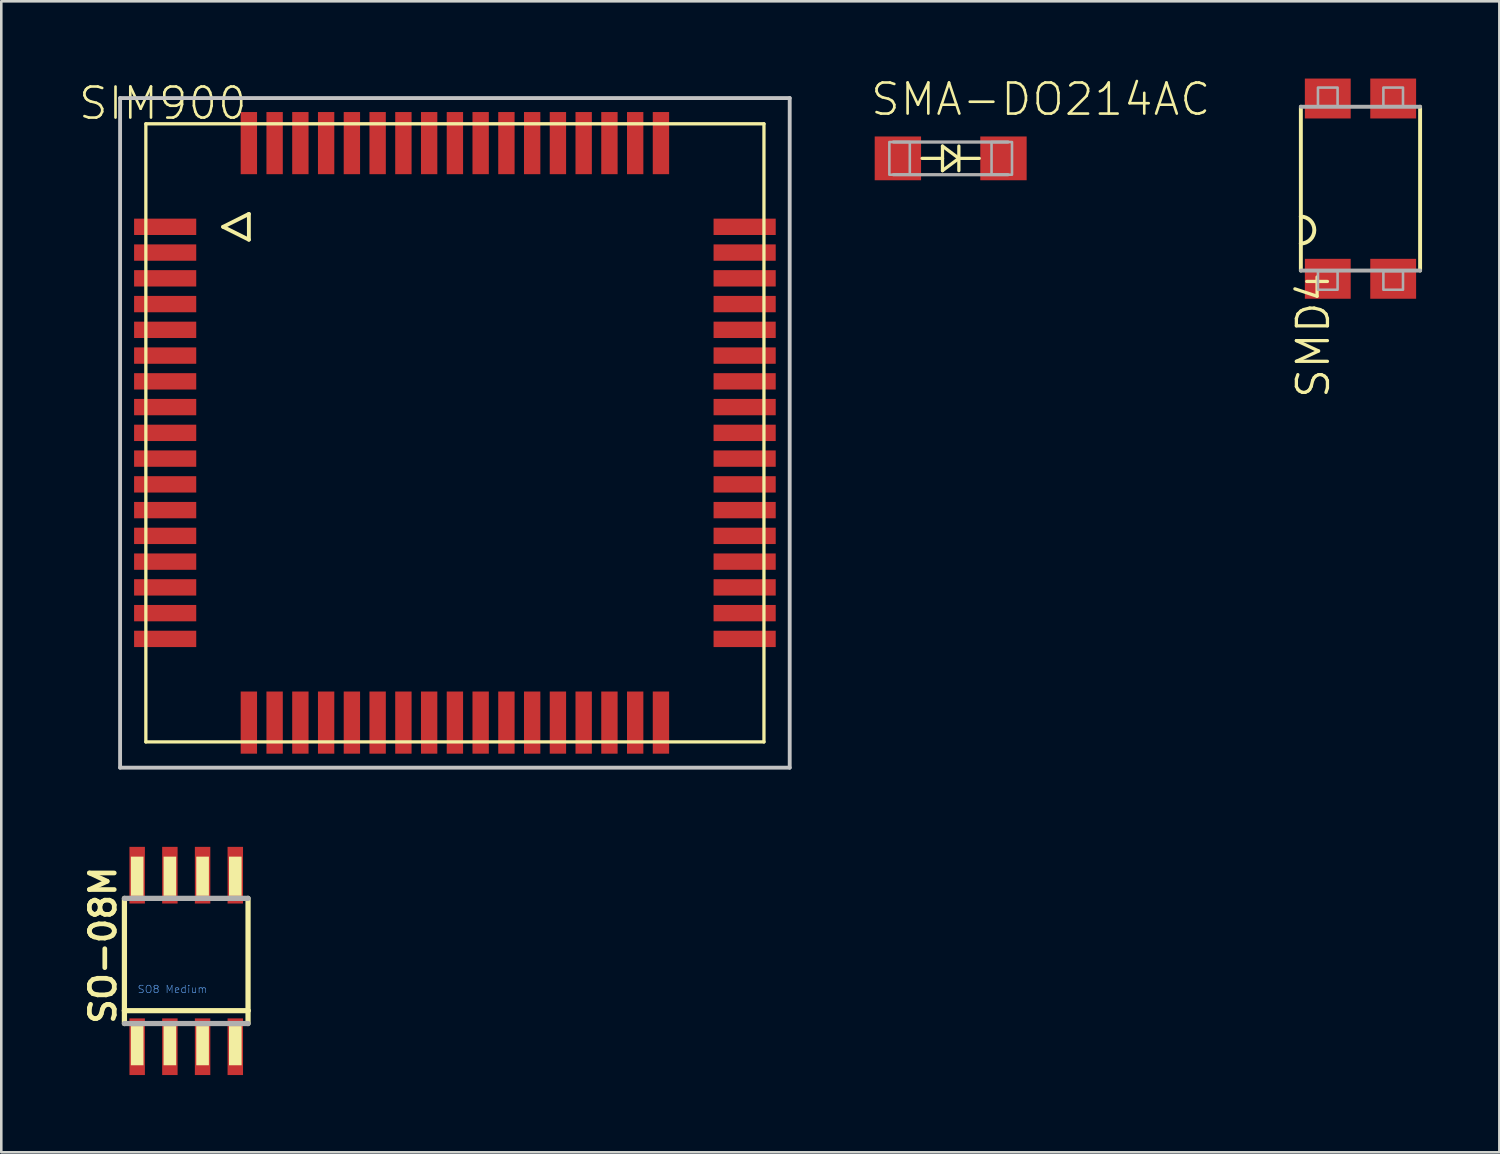
<source format=kicad_pcb>
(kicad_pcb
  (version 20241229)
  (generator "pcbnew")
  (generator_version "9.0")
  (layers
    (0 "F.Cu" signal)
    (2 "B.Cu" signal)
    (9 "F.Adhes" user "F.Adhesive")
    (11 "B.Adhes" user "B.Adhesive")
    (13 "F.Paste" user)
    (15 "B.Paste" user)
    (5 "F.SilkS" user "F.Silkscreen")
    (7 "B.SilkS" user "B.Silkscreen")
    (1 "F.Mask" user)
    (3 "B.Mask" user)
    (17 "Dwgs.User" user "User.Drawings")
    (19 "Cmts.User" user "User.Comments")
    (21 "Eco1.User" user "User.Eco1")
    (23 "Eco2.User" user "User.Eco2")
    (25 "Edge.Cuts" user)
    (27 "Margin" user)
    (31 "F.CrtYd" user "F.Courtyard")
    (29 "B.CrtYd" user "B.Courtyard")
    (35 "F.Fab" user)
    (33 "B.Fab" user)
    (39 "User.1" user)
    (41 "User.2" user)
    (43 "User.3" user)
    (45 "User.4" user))
  (footprint "SMA-DO214AC"
    (layer "F.Cu")
    (at 33.863 3.099)
    (property "Reference" "SMA-DO214AC" (at -3.175 -1.587 0) (layer "F.SilkS") (effects (font (size 1.206 1.206) (thickness 0.102)) (justify left bottom)))
    (attr through_hole)
    (fp_line (start -0.318 -0.476) (end -0.318 0) (stroke (width 0.127) (type solid)) (layer "F.SilkS"))
    (fp_line (start -0.318 0) (end -1.111 0) (stroke (width 0.127) (type solid)) (layer "F.SilkS"))
    (fp_line (start -0.318 0) (end -0.318 0.476) (stroke (width 0.127) (type solid)) (layer "F.SilkS"))
    (fp_line (start -0.318 0.476) (end 0.318 0) (stroke (width 0.127) (type solid)) (layer "F.SilkS"))
    (fp_line (start 0.318 0) (end -0.318 -0.476) (stroke (width 0.127) (type solid)) (layer "F.SilkS"))
    (fp_line (start 0.318 0) (end 0.318 -0.476) (stroke (width 0.127) (type solid)) (layer "F.SilkS"))
    (fp_line (start 0.318 0) (end 0.318 0.476) (stroke (width 0.127) (type solid)) (layer "F.SilkS"))
    (fp_line (start 0.318 0) (end 1.111 0) (stroke (width 0.127) (type solid)) (layer "F.SilkS"))
    (fp_line (start -2.223 -0.635) (end 2.223 -0.635) (stroke (width 0.127) (type solid)) (layer "F.Fab"))
    (fp_line (start -2.223 0.635) (end 2.223 0.635) (stroke (width 0.127) (type solid)) (layer "F.Fab"))
    (fp_poly (pts (xy -2.381 0.635) (xy -1.587 0.635) (xy -1.587 -0.635) (xy -2.381 -0.635)) (stroke (width 0.1) (type solid)) (fill no) (layer "F.Fab"))
    (fp_poly (pts (xy 1.587 0.635) (xy 2.381 0.635) (xy 2.381 -0.635) (xy 1.587 -0.635)) (stroke (width 0.1) (type solid)) (fill no) (layer "F.Fab"))
    (pad "A" smd rect (at -2.05 0) (size 1.8 1.7) (layers "F.Cu" "F.Mask" "F.Paste"))
    (pad "K" smd rect (at 2.05 0) (size 1.8 1.7) (layers "F.Cu" "F.Mask" "F.Paste")))
  (footprint "SIM900"
    (layer "F.Cu")
    (at 14.613 13.757)
    (property "Reference" "SIM900" (at -8 -13.5 0) (layer "F.SilkS") (effects (font (size 1.206 1.206) (thickness 0.102)) (justify right top)))
    (attr through_hole)
    (fp_line (start -12 -12) (end -12 12) (stroke (width 0.127) (type solid)) (layer "F.SilkS"))
    (fp_line (start -12 12) (end 12 12) (stroke (width 0.127) (type solid)) (layer "F.SilkS"))
    (fp_line (start -9 -8) (end -8 -8.5) (stroke (width 0.15) (type solid)) (layer "F.SilkS"))
    (fp_line (start -8 -8.5) (end -8 -7.5) (stroke (width 0.15) (type solid)) (layer "F.SilkS"))
    (fp_line (start -8 -7.5) (end -9 -8) (stroke (width 0.15) (type solid)) (layer "F.SilkS"))
    (fp_line (start 12 -12) (end -12 -12) (stroke (width 0.127) (type solid)) (layer "F.SilkS"))
    (fp_line (start 12 12) (end 12 -12) (stroke (width 0.127) (type solid)) (layer "F.SilkS"))
    (fp_line (start -13 -13) (end 13 -13) (stroke (width 0.15) (type solid)) (layer "Dwgs.User"))
    (fp_line (start -13 13) (end -13 -13) (stroke (width 0.15) (type solid)) (layer "Dwgs.User"))
    (fp_line (start 13 -13) (end 13 13) (stroke (width 0.15) (type solid)) (layer "Dwgs.User"))
    (fp_line (start 13 13) (end -13 13) (stroke (width 0.15) (type solid)) (layer "Dwgs.User"))
    (pad "1" smd rect (at -11.25 -8) (size 2.413 0.635) (layers "F.Cu" "F.Mask" "F.Paste"))
    (pad "2" smd rect (at -11.25 -7) (size 2.413 0.635) (layers "F.Cu" "F.Mask" "F.Paste"))
    (pad "3" smd rect (at -11.25 -6) (size 2.413 0.635) (layers "F.Cu" "F.Mask" "F.Paste"))
    (pad "4" smd rect (at -11.25 -5) (size 2.413 0.635) (layers "F.Cu" "F.Mask" "F.Paste"))
    (pad "5" smd rect (at -11.25 -4) (size 2.413 0.635) (layers "F.Cu" "F.Mask" "F.Paste"))
    (pad "6" smd rect (at -11.25 -3) (size 2.413 0.635) (layers "F.Cu" "F.Mask" "F.Paste"))
    (pad "7" smd rect (at -11.25 -2) (size 2.413 0.635) (layers "F.Cu" "F.Mask" "F.Paste"))
    (pad "8" smd rect (at -11.25 -1) (size 2.413 0.635) (layers "F.Cu" "F.Mask" "F.Paste"))
    (pad "9" smd rect (at -11.25 0) (size 2.413 0.635) (layers "F.Cu" "F.Mask" "F.Paste"))
    (pad "10" smd rect (at -11.25 1) (size 2.413 0.635) (layers "F.Cu" "F.Mask" "F.Paste"))
    (pad "11" smd rect (at -11.25 2) (size 2.413 0.635) (layers "F.Cu" "F.Mask" "F.Paste"))
    (pad "12" smd rect (at -11.25 3) (size 2.413 0.635) (layers "F.Cu" "F.Mask" "F.Paste"))
    (pad "13" smd rect (at -11.25 4) (size 2.413 0.635) (layers "F.Cu" "F.Mask" "F.Paste"))
    (pad "14" smd rect (at -11.25 5) (size 2.413 0.635) (layers "F.Cu" "F.Mask" "F.Paste"))
    (pad "15" smd rect (at -11.25 6) (size 2.413 0.635) (layers "F.Cu" "F.Mask" "F.Paste"))
    (pad "16" smd rect (at -11.25 7) (size 2.413 0.635) (layers "F.Cu" "F.Mask" "F.Paste"))
    (pad "17" smd rect (at -11.25 8) (size 2.413 0.635) (layers "F.Cu" "F.Mask" "F.Paste"))
    (pad "18" smd rect (at -8 11.25 90) (size 2.413 0.635) (layers "F.Cu" "F.Mask" "F.Paste"))
    (pad "19" smd rect (at -7 11.25 90) (size 2.413 0.635) (layers "F.Cu" "F.Mask" "F.Paste"))
    (pad "20" smd rect (at -6 11.25 90) (size 2.413 0.635) (layers "F.Cu" "F.Mask" "F.Paste"))
    (pad "21" smd rect (at -5 11.25 90) (size 2.413 0.635) (layers "F.Cu" "F.Mask" "F.Paste"))
    (pad "22" smd rect (at -4 11.25 90) (size 2.413 0.635) (layers "F.Cu" "F.Mask" "F.Paste"))
    (pad "23" smd rect (at -3 11.25 90) (size 2.413 0.635) (layers "F.Cu" "F.Mask" "F.Paste"))
    (pad "24" smd rect (at -2 11.25 90) (size 2.413 0.635) (layers "F.Cu" "F.Mask" "F.Paste"))
    (pad "25" smd rect (at -1 11.25 90) (size 2.413 0.635) (layers "F.Cu" "F.Mask" "F.Paste"))
    (pad "26" smd rect (at 0 11.25 90) (size 2.413 0.635) (layers "F.Cu" "F.Mask" "F.Paste"))
    (pad "27" smd rect (at 1 11.25 90) (size 2.413 0.635) (layers "F.Cu" "F.Mask" "F.Paste"))
    (pad "28" smd rect (at 2 11.25 90) (size 2.413 0.635) (layers "F.Cu" "F.Mask" "F.Paste"))
    (pad "29" smd rect (at 3 11.25 90) (size 2.413 0.635) (layers "F.Cu" "F.Mask" "F.Paste"))
    (pad "30" smd rect (at 4 11.25 90) (size 2.413 0.635) (layers "F.Cu" "F.Mask" "F.Paste"))
    (pad "31" smd rect (at 5 11.25 90) (size 2.413 0.635) (layers "F.Cu" "F.Mask" "F.Paste"))
    (pad "32" smd rect (at 6 11.25 90) (size 2.413 0.635) (layers "F.Cu" "F.Mask" "F.Paste"))
    (pad "33" smd rect (at 7 11.25 90) (size 2.413 0.635) (layers "F.Cu" "F.Mask" "F.Paste"))
    (pad "34" smd rect (at 8 11.25 90) (size 2.413 0.635) (layers "F.Cu" "F.Mask" "F.Paste"))
    (pad "35" smd rect (at 11.25 8 180) (size 2.413 0.635) (layers "F.Cu" "F.Mask" "F.Paste"))
    (pad "36" smd rect (at 11.25 7 180) (size 2.413 0.635) (layers "F.Cu" "F.Mask" "F.Paste"))
    (pad "37" smd rect (at 11.25 6 180) (size 2.413 0.635) (layers "F.Cu" "F.Mask" "F.Paste"))
    (pad "38" smd rect (at 11.25 5 180) (size 2.413 0.635) (layers "F.Cu" "F.Mask" "F.Paste"))
    (pad "39" smd rect (at 11.25 4 180) (size 2.413 0.635) (layers "F.Cu" "F.Mask" "F.Paste"))
    (pad "40" smd rect (at 11.25 3 180) (size 2.413 0.635) (layers "F.Cu" "F.Mask" "F.Paste"))
    (pad "41" smd rect (at 11.25 2 180) (size 2.413 0.635) (layers "F.Cu" "F.Mask" "F.Paste"))
    (pad "42" smd rect (at 11.25 1 180) (size 2.413 0.635) (layers "F.Cu" "F.Mask" "F.Paste"))
    (pad "43" smd rect (at 11.25 0 180) (size 2.413 0.635) (layers "F.Cu" "F.Mask" "F.Paste"))
    (pad "44" smd rect (at 11.25 -1 180) (size 2.413 0.635) (layers "F.Cu" "F.Mask" "F.Paste"))
    (pad "45" smd rect (at 11.25 -2 180) (size 2.413 0.635) (layers "F.Cu" "F.Mask" "F.Paste"))
    (pad "46" smd rect (at 11.25 -3 180) (size 2.413 0.635) (layers "F.Cu" "F.Mask" "F.Paste"))
    (pad "47" smd rect (at 11.25 -4 180) (size 2.413 0.635) (layers "F.Cu" "F.Mask" "F.Paste"))
    (pad "48" smd rect (at 11.25 -5 180) (size 2.413 0.635) (layers "F.Cu" "F.Mask" "F.Paste"))
    (pad "49" smd rect (at 11.25 -6 180) (size 2.413 0.635) (layers "F.Cu" "F.Mask" "F.Paste"))
    (pad "50" smd rect (at 11.25 -7 180) (size 2.413 0.635) (layers "F.Cu" "F.Mask" "F.Paste"))
    (pad "51" smd rect (at 11.25 -8 180) (size 2.413 0.635) (layers "F.Cu" "F.Mask" "F.Paste"))
    (pad "52" smd rect (at 8 -11.25 270) (size 2.413 0.635) (layers "F.Cu" "F.Mask" "F.Paste"))
    (pad "53" smd rect (at 7 -11.25 270) (size 2.413 0.635) (layers "F.Cu" "F.Mask" "F.Paste"))
    (pad "54" smd rect (at 6 -11.25 270) (size 2.413 0.635) (layers "F.Cu" "F.Mask" "F.Paste"))
    (pad "55" smd rect (at 5 -11.25 270) (size 2.413 0.635) (layers "F.Cu" "F.Mask" "F.Paste"))
    (pad "56" smd rect (at 4 -11.25 270) (size 2.413 0.635) (layers "F.Cu" "F.Mask" "F.Paste"))
    (pad "57" smd rect (at 3 -11.25 270) (size 2.413 0.635) (layers "F.Cu" "F.Mask" "F.Paste"))
    (pad "58" smd rect (at 2 -11.25 270) (size 2.413 0.635) (layers "F.Cu" "F.Mask" "F.Paste"))
    (pad "59" smd rect (at 1 -11.25 270) (size 2.413 0.635) (layers "F.Cu" "F.Mask" "F.Paste"))
    (pad "60" smd rect (at 0 -11.25 270) (size 2.413 0.635) (layers "F.Cu" "F.Mask" "F.Paste"))
    (pad "61" smd rect (at -1 -11.25 270) (size 2.413 0.635) (layers "F.Cu" "F.Mask" "F.Paste"))
    (pad "62" smd rect (at -2 -11.25 270) (size 2.413 0.635) (layers "F.Cu" "F.Mask" "F.Paste"))
    (pad "63" smd rect (at -3 -11.25 270) (size 2.413 0.635) (layers "F.Cu" "F.Mask" "F.Paste"))
    (pad "64" smd rect (at -4 -11.25 270) (size 2.413 0.635) (layers "F.Cu" "F.Mask" "F.Paste"))
    (pad "65" smd rect (at -5 -11.25 270) (size 2.413 0.635) (layers "F.Cu" "F.Mask" "F.Paste"))
    (pad "66" smd rect (at -6 -11.25 270) (size 2.413 0.635) (layers "F.Cu" "F.Mask" "F.Paste"))
    (pad "67" smd rect (at -7 -11.25 270) (size 2.413 0.635) (layers "F.Cu" "F.Mask" "F.Paste"))
    (pad "68" smd rect (at -8 -11.25 270) (size 2.413 0.635) (layers "F.Cu" "F.Mask" "F.Paste")))
  (footprint "SMD4"
    (layer "F.Cu")
    (at 49.775 4.275)
    (property "Reference" "SMD4" (at -2.54 3.175 90) (layer "F.SilkS") (effects (font (size 1.206 1.206) (thickness 0.127)) (justify right top)))
    (attr through_hole)
    (fp_line (start -2.315 1.085) (end -2.315 -3.18) (stroke (width 0.152) (type solid)) (layer "F.SilkS"))
    (fp_line (start -2.315 2.13) (end -2.315 1.085) (stroke (width 0.152) (type solid)) (layer "F.SilkS"))
    (fp_line (start -2.315 3.18) (end -2.315 2.13) (stroke (width 0.152) (type solid)) (layer "F.SilkS"))
    (fp_line (start 2.315 -3.18) (end 2.315 3.18) (stroke (width 0.152) (type solid)) (layer "F.SilkS"))
    (fp_arc (start -2.315 1.085) (mid -1.7925 1.6075) (end -2.315 2.13) (stroke (width 0.1524) (type solid)) (layer "F.SilkS"))
    (fp_line (start -2.315 -3.18) (end 2.315 -3.18) (stroke (width 0.152) (type solid)) (layer "F.Fab"))
    (fp_line (start 2.315 3.18) (end -2.315 3.18) (stroke (width 0.152) (type solid)) (layer "F.Fab"))
    (fp_poly (pts (xy -1.651 3.925) (xy -0.889 3.925) (xy -0.889 3.2) (xy -1.651 3.2)) (stroke (width 0.1) (type solid)) (fill no) (layer "F.Fab"))
    (fp_poly (pts (xy -0.889 -3.925) (xy -1.651 -3.925) (xy -1.651 -3.2) (xy -0.889 -3.2)) (stroke (width 0.1) (type solid)) (fill no) (layer "F.Fab"))
    (fp_poly (pts (xy 0.889 3.925) (xy 1.651 3.925) (xy 1.651 3.2) (xy 0.889 3.2)) (stroke (width 0.1) (type solid)) (fill no) (layer "F.Fab"))
    (fp_poly (pts (xy 1.651 -3.925) (xy 0.889 -3.925) (xy 0.889 -3.2) (xy 1.651 -3.2)) (stroke (width 0.1) (type solid)) (fill no) (layer "F.Fab"))
    (pad "1" smd rect (at -1.27 3.5) (size 1.78 1.55) (layers "F.Cu" "F.Mask" "F.Paste"))
    (pad "2" smd rect (at 1.27 3.5) (size 1.78 1.55) (layers "F.Cu" "F.Mask" "F.Paste"))
    (pad "3" smd rect (at 1.27 -3.5 180) (size 1.78 1.55) (layers "F.Cu" "F.Mask" "F.Paste"))
    (pad "4" smd rect (at -1.27 -3.5 180) (size 1.78 1.55) (layers "F.Cu" "F.Mask" "F.Paste")))
  (footprint "SO-08M"
    (layer "F.Cu")
    (at 4.181 34.262)
    (property "Reference" "SO-08M" (at -2.667 2.54 90) (layer "F.SilkS") (effects (font (size 0.965 0.965) (thickness 0.183)) (justify left bottom)))
    (attr through_hole)
    (fp_line (start -2.4 1.93) (end -2.4 -2.43) (stroke (width 0.203) (type solid)) (layer "F.SilkS"))
    (fp_line (start -2.4 2.43) (end -2.4 1.93) (stroke (width 0.203) (type solid)) (layer "F.SilkS"))
    (fp_line (start 2.4 -2.43) (end 2.4 1.93) (stroke (width 0.203) (type solid)) (layer "F.SilkS"))
    (fp_line (start 2.4 1.93) (end -2.4 1.93) (stroke (width 0.203) (type solid)) (layer "F.SilkS"))
    (fp_line (start 2.4 1.93) (end 2.4 2.43) (stroke (width 0.203) (type solid)) (layer "F.SilkS"))
    (fp_poly (pts (xy -2.15 -2.53) (xy -1.66 -2.53) (xy -1.66 -4.05) (xy -2.15 -4.05)) (stroke (width 0) (type solid)) (fill yes) (layer "F.SilkS"))
    (fp_poly (pts (xy -2.15 4.05) (xy -1.66 4.05) (xy -1.66 2.53) (xy -2.15 2.53)) (stroke (width 0) (type solid)) (fill yes) (layer "F.SilkS"))
    (fp_poly (pts (xy -0.88 -2.53) (xy -0.39 -2.53) (xy -0.39 -4.05) (xy -0.88 -4.05)) (stroke (width 0) (type solid)) (fill yes) (layer "F.SilkS"))
    (fp_poly (pts (xy -0.88 4.05) (xy -0.39 4.05) (xy -0.39 2.53) (xy -0.88 2.53)) (stroke (width 0) (type solid)) (fill yes) (layer "F.SilkS"))
    (fp_poly (pts (xy 0.39 -2.53) (xy 0.88 -2.53) (xy 0.88 -4.05) (xy 0.39 -4.05)) (stroke (width 0) (type solid)) (fill yes) (layer "F.SilkS"))
    (fp_poly (pts (xy 0.39 4.05) (xy 0.88 4.05) (xy 0.88 2.53) (xy 0.39 2.53)) (stroke (width 0) (type solid)) (fill yes) (layer "F.SilkS"))
    (fp_poly (pts (xy 1.66 -2.53) (xy 2.15 -2.53) (xy 2.15 -4.05) (xy 1.66 -4.05)) (stroke (width 0) (type solid)) (fill yes) (layer "F.SilkS"))
    (fp_poly (pts (xy 1.66 4.05) (xy 2.15 4.05) (xy 2.15 2.53) (xy 1.66 2.53)) (stroke (width 0) (type solid)) (fill yes) (layer "F.SilkS"))
    (fp_line (start -2.4 -2.43) (end 2.4 -2.43) (stroke (width 0.203) (type solid)) (layer "F.Fab"))
    (fp_line (start 2.4 2.43) (end -2.4 2.43) (stroke (width 0.203) (type solid)) (layer "F.Fab"))
    (fp_text user "SO8 Medium" (at -1.905 1.27 0) (layer "Cmts.User") (effects (font (size 0.29 0.29) (thickness 0.024)) (justify left bottom)))
    (pad "1" smd rect (at -1.905 3.33) (size 0.6 2.2) (layers "F.Cu" "F.Mask" "F.Paste"))
    (pad "2" smd rect (at -0.635 3.33) (size 0.6 2.2) (layers "F.Cu" "F.Mask" "F.Paste"))
    (pad "3" smd rect (at 0.635 3.33) (size 0.6 2.2) (layers "F.Cu" "F.Mask" "F.Paste"))
    (pad "4" smd rect (at 1.905 3.33) (size 0.6 2.2) (layers "F.Cu" "F.Mask" "F.Paste"))
    (pad "5" smd rect (at 1.905 -3.33) (size 0.6 2.2) (layers "F.Cu" "F.Mask" "F.Paste"))
    (pad "6" smd rect (at 0.635 -3.33) (size 0.6 2.2) (layers "F.Cu" "F.Mask" "F.Paste"))
    (pad "7" smd rect (at -0.635 -3.33) (size 0.6 2.2) (layers "F.Cu" "F.Mask" "F.Paste"))
    (pad "8" smd rect (at -1.905 -3.33) (size 0.6 2.2) (layers "F.Cu" "F.Mask" "F.Paste")))
  (gr_rect
    (start -3 -3)
    (end 55.167 41.692)
    (stroke (width 0.1) (type default))
    (fill no)
    (layer "Edge.Cuts")))
</source>
